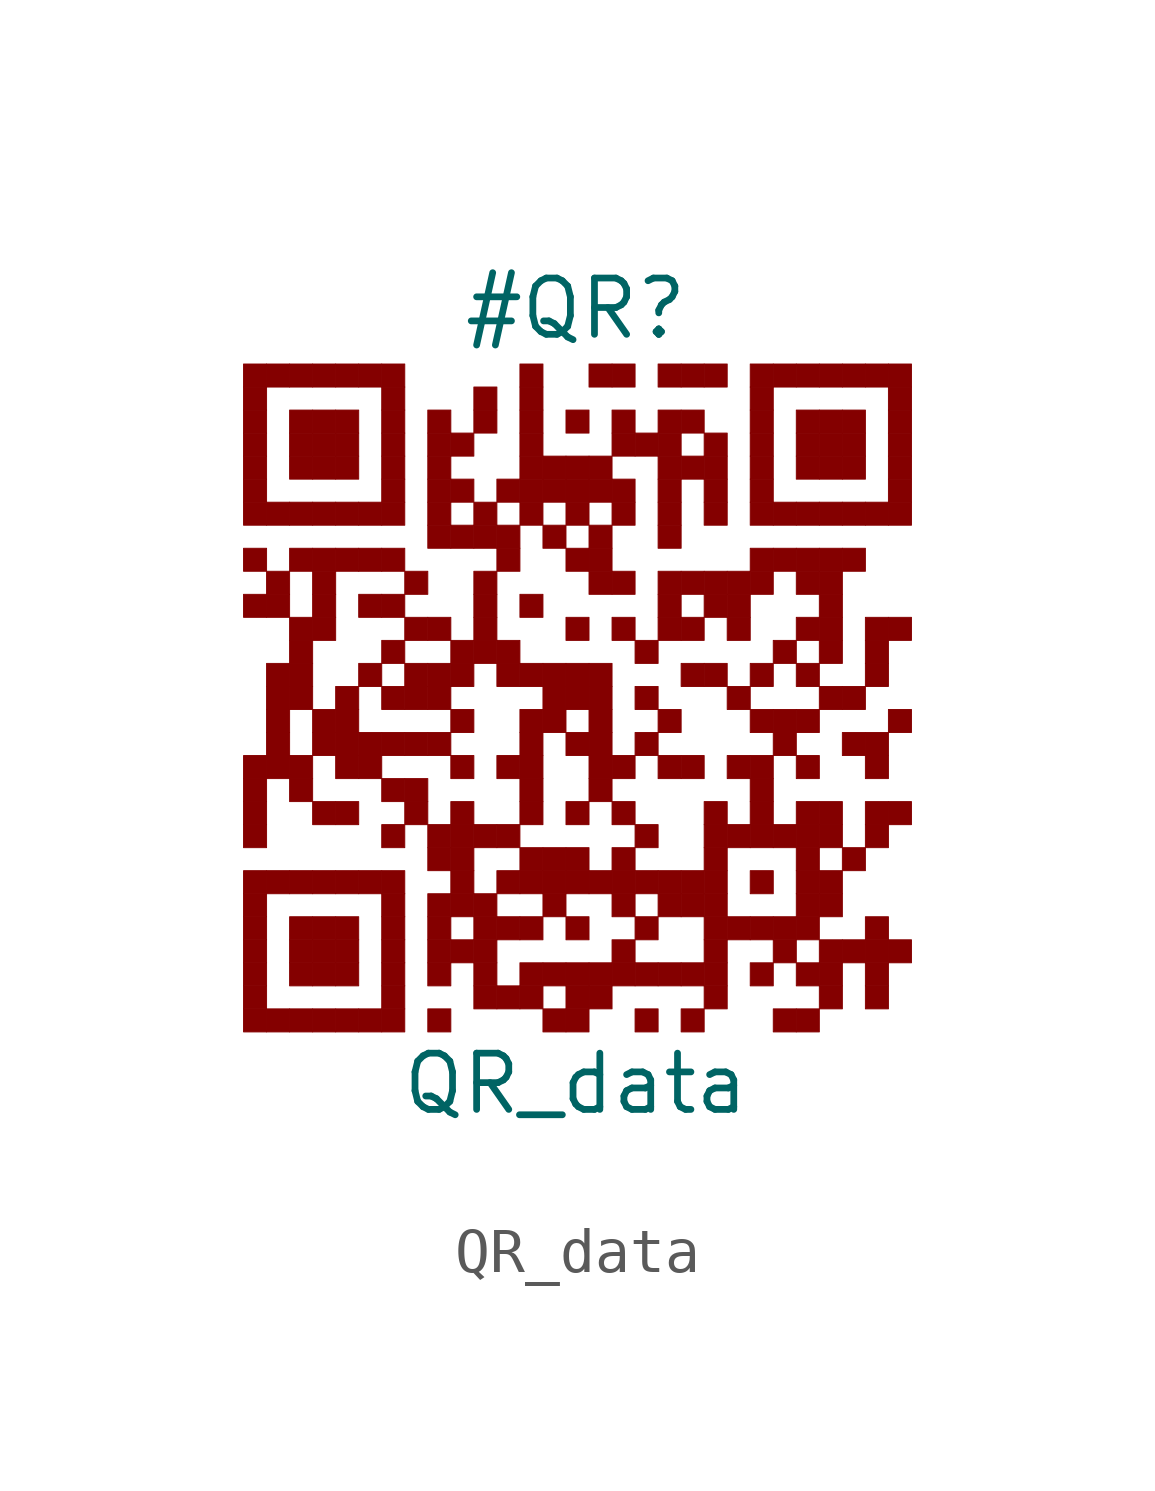
<source format=kicad_sym>
(kicad_symbol_lib
  (version 20211014)
  (generator kibot)
  (symbol "QR_data"
    (pin_numbers hide)
    (pin_names hide)
    (property "Reference" "#QR"
      (at 0 8.75 0)
      (effects (font (size 1.27 1.27))))
    (property "Value" "QR_data"
      (at 0 -8.75 0)
      (effects (font (size 1.27 1.27))))
    (rectangle
      (start -7.5 7.5)
      (end -6.98 6.98)
      (stroke (width 0.001) (type default))
      (fill (type outline)))
    (rectangle
      (start -6.98 7.5)
      (end -6.46 6.98)
      (stroke (width 0.001) (type default))
      (fill (type outline)))
    (rectangle
      (start -6.46 7.5)
      (end -5.94 6.98)
      (stroke (width 0.001) (type default))
      (fill (type outline)))
    (rectangle
      (start -5.94 7.5)
      (end -5.42 6.98)
      (stroke (width 0.001) (type default))
      (fill (type outline)))
    (rectangle
      (start -5.42 7.5)
      (end -4.9 6.98)
      (stroke (width 0.001) (type default))
      (fill (type outline)))
    (rectangle
      (start -4.9 7.5)
      (end -4.38 6.98)
      (stroke (width 0.001) (type default))
      (fill (type outline)))
    (rectangle
      (start -4.38 7.5)
      (end -3.86 6.98)
      (stroke (width 0.001) (type default))
      (fill (type outline)))
    (rectangle
      (start -1.26 7.5)
      (end -0.74 6.98)
      (stroke (width 0.001) (type default))
      (fill (type outline)))
    (rectangle
      (start 0.3 7.5)
      (end 0.82 6.98)
      (stroke (width 0.001) (type default))
      (fill (type outline)))
    (rectangle
      (start 0.82 7.5)
      (end 1.34 6.98)
      (stroke (width 0.001) (type default))
      (fill (type outline)))
    (rectangle
      (start 1.86 7.5)
      (end 2.38 6.98)
      (stroke (width 0.001) (type default))
      (fill (type outline)))
    (rectangle
      (start 2.38 7.5)
      (end 2.9 6.98)
      (stroke (width 0.001) (type default))
      (fill (type outline)))
    (rectangle
      (start 2.9 7.5)
      (end 3.42 6.98)
      (stroke (width 0.001) (type default))
      (fill (type outline)))
    (rectangle
      (start 3.94 7.5)
      (end 4.46 6.98)
      (stroke (width 0.001) (type default))
      (fill (type outline)))
    (rectangle
      (start 4.46 7.5)
      (end 4.98 6.98)
      (stroke (width 0.001) (type default))
      (fill (type outline)))
    (rectangle
      (start 4.98 7.5)
      (end 5.5 6.98)
      (stroke (width 0.001) (type default))
      (fill (type outline)))
    (rectangle
      (start 5.5 7.5)
      (end 6.02 6.98)
      (stroke (width 0.001) (type default))
      (fill (type outline)))
    (rectangle
      (start 6.02 7.5)
      (end 6.54 6.98)
      (stroke (width 0.001) (type default))
      (fill (type outline)))
    (rectangle
      (start 6.54 7.5)
      (end 7.06 6.98)
      (stroke (width 0.001) (type default))
      (fill (type outline)))
    (rectangle
      (start 7.06 7.5)
      (end 7.58 6.98)
      (stroke (width 0.001) (type default))
      (fill (type outline)))
    (rectangle
      (start -7.5 6.98)
      (end -6.98 6.46)
      (stroke (width 0.001) (type default))
      (fill (type outline)))
    (rectangle
      (start -4.38 6.98)
      (end -3.86 6.46)
      (stroke (width 0.001) (type default))
      (fill (type outline)))
    (rectangle
      (start -2.3 6.98)
      (end -1.78 6.46)
      (stroke (width 0.001) (type default))
      (fill (type outline)))
    (rectangle
      (start -1.26 6.98)
      (end -0.74 6.46)
      (stroke (width 0.001) (type default))
      (fill (type outline)))
    (rectangle
      (start 3.94 6.98)
      (end 4.46 6.46)
      (stroke (width 0.001) (type default))
      (fill (type outline)))
    (rectangle
      (start 7.06 6.98)
      (end 7.58 6.46)
      (stroke (width 0.001) (type default))
      (fill (type outline)))
    (rectangle
      (start -7.5 6.46)
      (end -6.98 5.94)
      (stroke (width 0.001) (type default))
      (fill (type outline)))
    (rectangle
      (start -6.46 6.46)
      (end -5.94 5.94)
      (stroke (width 0.001) (type default))
      (fill (type outline)))
    (rectangle
      (start -5.94 6.46)
      (end -5.42 5.94)
      (stroke (width 0.001) (type default))
      (fill (type outline)))
    (rectangle
      (start -5.42 6.46)
      (end -4.9 5.94)
      (stroke (width 0.001) (type default))
      (fill (type outline)))
    (rectangle
      (start -4.38 6.46)
      (end -3.86 5.94)
      (stroke (width 0.001) (type default))
      (fill (type outline)))
    (rectangle
      (start -3.34 6.46)
      (end -2.82 5.94)
      (stroke (width 0.001) (type default))
      (fill (type outline)))
    (rectangle
      (start -2.3 6.46)
      (end -1.78 5.94)
      (stroke (width 0.001) (type default))
      (fill (type outline)))
    (rectangle
      (start -1.26 6.46)
      (end -0.74 5.94)
      (stroke (width 0.001) (type default))
      (fill (type outline)))
    (rectangle
      (start -0.22 6.46)
      (end 0.3 5.94)
      (stroke (width 0.001) (type default))
      (fill (type outline)))
    (rectangle
      (start 0.82 6.46)
      (end 1.34 5.94)
      (stroke (width 0.001) (type default))
      (fill (type outline)))
    (rectangle
      (start 1.86 6.46)
      (end 2.38 5.94)
      (stroke (width 0.001) (type default))
      (fill (type outline)))
    (rectangle
      (start 2.38 6.46)
      (end 2.9 5.94)
      (stroke (width 0.001) (type default))
      (fill (type outline)))
    (rectangle
      (start 3.94 6.46)
      (end 4.46 5.94)
      (stroke (width 0.001) (type default))
      (fill (type outline)))
    (rectangle
      (start 4.98 6.46)
      (end 5.5 5.94)
      (stroke (width 0.001) (type default))
      (fill (type outline)))
    (rectangle
      (start 5.5 6.46)
      (end 6.02 5.94)
      (stroke (width 0.001) (type default))
      (fill (type outline)))
    (rectangle
      (start 6.02 6.46)
      (end 6.54 5.94)
      (stroke (width 0.001) (type default))
      (fill (type outline)))
    (rectangle
      (start 7.06 6.46)
      (end 7.58 5.94)
      (stroke (width 0.001) (type default))
      (fill (type outline)))
    (rectangle
      (start -7.5 5.94)
      (end -6.98 5.42)
      (stroke (width 0.001) (type default))
      (fill (type outline)))
    (rectangle
      (start -6.46 5.94)
      (end -5.94 5.42)
      (stroke (width 0.001) (type default))
      (fill (type outline)))
    (rectangle
      (start -5.94 5.94)
      (end -5.42 5.42)
      (stroke (width 0.001) (type default))
      (fill (type outline)))
    (rectangle
      (start -5.42 5.94)
      (end -4.9 5.42)
      (stroke (width 0.001) (type default))
      (fill (type outline)))
    (rectangle
      (start -4.38 5.94)
      (end -3.86 5.42)
      (stroke (width 0.001) (type default))
      (fill (type outline)))
    (rectangle
      (start -3.34 5.94)
      (end -2.82 5.42)
      (stroke (width 0.001) (type default))
      (fill (type outline)))
    (rectangle
      (start -2.82 5.94)
      (end -2.3 5.42)
      (stroke (width 0.001) (type default))
      (fill (type outline)))
    (rectangle
      (start -1.26 5.94)
      (end -0.74 5.42)
      (stroke (width 0.001) (type default))
      (fill (type outline)))
    (rectangle
      (start 0.82 5.94)
      (end 1.34 5.42)
      (stroke (width 0.001) (type default))
      (fill (type outline)))
    (rectangle
      (start 1.34 5.94)
      (end 1.86 5.42)
      (stroke (width 0.001) (type default))
      (fill (type outline)))
    (rectangle
      (start 1.86 5.94)
      (end 2.38 5.42)
      (stroke (width 0.001) (type default))
      (fill (type outline)))
    (rectangle
      (start 2.9 5.94)
      (end 3.42 5.42)
      (stroke (width 0.001) (type default))
      (fill (type outline)))
    (rectangle
      (start 3.94 5.94)
      (end 4.46 5.42)
      (stroke (width 0.001) (type default))
      (fill (type outline)))
    (rectangle
      (start 4.98 5.94)
      (end 5.5 5.42)
      (stroke (width 0.001) (type default))
      (fill (type outline)))
    (rectangle
      (start 5.5 5.94)
      (end 6.02 5.42)
      (stroke (width 0.001) (type default))
      (fill (type outline)))
    (rectangle
      (start 6.02 5.94)
      (end 6.54 5.42)
      (stroke (width 0.001) (type default))
      (fill (type outline)))
    (rectangle
      (start 7.06 5.94)
      (end 7.58 5.42)
      (stroke (width 0.001) (type default))
      (fill (type outline)))
    (rectangle
      (start -7.5 5.42)
      (end -6.98 4.9)
      (stroke (width 0.001) (type default))
      (fill (type outline)))
    (rectangle
      (start -6.46 5.42)
      (end -5.94 4.9)
      (stroke (width 0.001) (type default))
      (fill (type outline)))
    (rectangle
      (start -5.94 5.42)
      (end -5.42 4.9)
      (stroke (width 0.001) (type default))
      (fill (type outline)))
    (rectangle
      (start -5.42 5.42)
      (end -4.9 4.9)
      (stroke (width 0.001) (type default))
      (fill (type outline)))
    (rectangle
      (start -4.38 5.42)
      (end -3.86 4.9)
      (stroke (width 0.001) (type default))
      (fill (type outline)))
    (rectangle
      (start -3.34 5.42)
      (end -2.82 4.9)
      (stroke (width 0.001) (type default))
      (fill (type outline)))
    (rectangle
      (start -1.26 5.42)
      (end -0.74 4.9)
      (stroke (width 0.001) (type default))
      (fill (type outline)))
    (rectangle
      (start -0.74 5.42)
      (end -0.22 4.9)
      (stroke (width 0.001) (type default))
      (fill (type outline)))
    (rectangle
      (start -0.22 5.42)
      (end 0.3 4.9)
      (stroke (width 0.001) (type default))
      (fill (type outline)))
    (rectangle
      (start 0.3 5.42)
      (end 0.82 4.9)
      (stroke (width 0.001) (type default))
      (fill (type outline)))
    (rectangle
      (start 1.86 5.42)
      (end 2.38 4.9)
      (stroke (width 0.001) (type default))
      (fill (type outline)))
    (rectangle
      (start 2.38 5.42)
      (end 2.9 4.9)
      (stroke (width 0.001) (type default))
      (fill (type outline)))
    (rectangle
      (start 2.9 5.42)
      (end 3.42 4.9)
      (stroke (width 0.001) (type default))
      (fill (type outline)))
    (rectangle
      (start 3.94 5.42)
      (end 4.46 4.9)
      (stroke (width 0.001) (type default))
      (fill (type outline)))
    (rectangle
      (start 4.98 5.42)
      (end 5.5 4.9)
      (stroke (width 0.001) (type default))
      (fill (type outline)))
    (rectangle
      (start 5.5 5.42)
      (end 6.02 4.9)
      (stroke (width 0.001) (type default))
      (fill (type outline)))
    (rectangle
      (start 6.02 5.42)
      (end 6.54 4.9)
      (stroke (width 0.001) (type default))
      (fill (type outline)))
    (rectangle
      (start 7.06 5.42)
      (end 7.58 4.9)
      (stroke (width 0.001) (type default))
      (fill (type outline)))
    (rectangle
      (start -7.5 4.9)
      (end -6.98 4.38)
      (stroke (width 0.001) (type default))
      (fill (type outline)))
    (rectangle
      (start -4.38 4.9)
      (end -3.86 4.38)
      (stroke (width 0.001) (type default))
      (fill (type outline)))
    (rectangle
      (start -3.34 4.9)
      (end -2.82 4.38)
      (stroke (width 0.001) (type default))
      (fill (type outline)))
    (rectangle
      (start -2.82 4.9)
      (end -2.3 4.38)
      (stroke (width 0.001) (type default))
      (fill (type outline)))
    (rectangle
      (start -1.78 4.9)
      (end -1.26 4.38)
      (stroke (width 0.001) (type default))
      (fill (type outline)))
    (rectangle
      (start -1.26 4.9)
      (end -0.74 4.38)
      (stroke (width 0.001) (type default))
      (fill (type outline)))
    (rectangle
      (start -0.74 4.9)
      (end -0.22 4.38)
      (stroke (width 0.001) (type default))
      (fill (type outline)))
    (rectangle
      (start -0.22 4.9)
      (end 0.3 4.38)
      (stroke (width 0.001) (type default))
      (fill (type outline)))
    (rectangle
      (start 0.3 4.9)
      (end 0.82 4.38)
      (stroke (width 0.001) (type default))
      (fill (type outline)))
    (rectangle
      (start 0.82 4.9)
      (end 1.34 4.38)
      (stroke (width 0.001) (type default))
      (fill (type outline)))
    (rectangle
      (start 1.86 4.9)
      (end 2.38 4.38)
      (stroke (width 0.001) (type default))
      (fill (type outline)))
    (rectangle
      (start 2.9 4.9)
      (end 3.42 4.38)
      (stroke (width 0.001) (type default))
      (fill (type outline)))
    (rectangle
      (start 3.94 4.9)
      (end 4.46 4.38)
      (stroke (width 0.001) (type default))
      (fill (type outline)))
    (rectangle
      (start 7.06 4.9)
      (end 7.58 4.38)
      (stroke (width 0.001) (type default))
      (fill (type outline)))
    (rectangle
      (start -7.5 4.38)
      (end -6.98 3.86)
      (stroke (width 0.001) (type default))
      (fill (type outline)))
    (rectangle
      (start -6.98 4.38)
      (end -6.46 3.86)
      (stroke (width 0.001) (type default))
      (fill (type outline)))
    (rectangle
      (start -6.46 4.38)
      (end -5.94 3.86)
      (stroke (width 0.001) (type default))
      (fill (type outline)))
    (rectangle
      (start -5.94 4.38)
      (end -5.42 3.86)
      (stroke (width 0.001) (type default))
      (fill (type outline)))
    (rectangle
      (start -5.42 4.38)
      (end -4.9 3.86)
      (stroke (width 0.001) (type default))
      (fill (type outline)))
    (rectangle
      (start -4.9 4.38)
      (end -4.38 3.86)
      (stroke (width 0.001) (type default))
      (fill (type outline)))
    (rectangle
      (start -4.38 4.38)
      (end -3.86 3.86)
      (stroke (width 0.001) (type default))
      (fill (type outline)))
    (rectangle
      (start -3.34 4.38)
      (end -2.82 3.86)
      (stroke (width 0.001) (type default))
      (fill (type outline)))
    (rectangle
      (start -2.3 4.38)
      (end -1.78 3.86)
      (stroke (width 0.001) (type default))
      (fill (type outline)))
    (rectangle
      (start -1.26 4.38)
      (end -0.74 3.86)
      (stroke (width 0.001) (type default))
      (fill (type outline)))
    (rectangle
      (start -0.22 4.38)
      (end 0.3 3.86)
      (stroke (width 0.001) (type default))
      (fill (type outline)))
    (rectangle
      (start 0.82 4.38)
      (end 1.34 3.86)
      (stroke (width 0.001) (type default))
      (fill (type outline)))
    (rectangle
      (start 1.86 4.38)
      (end 2.38 3.86)
      (stroke (width 0.001) (type default))
      (fill (type outline)))
    (rectangle
      (start 2.9 4.38)
      (end 3.42 3.86)
      (stroke (width 0.001) (type default))
      (fill (type outline)))
    (rectangle
      (start 3.94 4.38)
      (end 4.46 3.86)
      (stroke (width 0.001) (type default))
      (fill (type outline)))
    (rectangle
      (start 4.46 4.38)
      (end 4.98 3.86)
      (stroke (width 0.001) (type default))
      (fill (type outline)))
    (rectangle
      (start 4.98 4.38)
      (end 5.5 3.86)
      (stroke (width 0.001) (type default))
      (fill (type outline)))
    (rectangle
      (start 5.5 4.38)
      (end 6.02 3.86)
      (stroke (width 0.001) (type default))
      (fill (type outline)))
    (rectangle
      (start 6.02 4.38)
      (end 6.54 3.86)
      (stroke (width 0.001) (type default))
      (fill (type outline)))
    (rectangle
      (start 6.54 4.38)
      (end 7.06 3.86)
      (stroke (width 0.001) (type default))
      (fill (type outline)))
    (rectangle
      (start 7.06 4.38)
      (end 7.58 3.86)
      (stroke (width 0.001) (type default))
      (fill (type outline)))
    (rectangle
      (start -3.34 3.86)
      (end -2.82 3.34)
      (stroke (width 0.001) (type default))
      (fill (type outline)))
    (rectangle
      (start -2.82 3.86)
      (end -2.3 3.34)
      (stroke (width 0.001) (type default))
      (fill (type outline)))
    (rectangle
      (start -2.3 3.86)
      (end -1.78 3.34)
      (stroke (width 0.001) (type default))
      (fill (type outline)))
    (rectangle
      (start -1.78 3.86)
      (end -1.26 3.34)
      (stroke (width 0.001) (type default))
      (fill (type outline)))
    (rectangle
      (start -0.74 3.86)
      (end -0.22 3.34)
      (stroke (width 0.001) (type default))
      (fill (type outline)))
    (rectangle
      (start 0.3 3.86)
      (end 0.82 3.34)
      (stroke (width 0.001) (type default))
      (fill (type outline)))
    (rectangle
      (start 1.86 3.86)
      (end 2.38 3.34)
      (stroke (width 0.001) (type default))
      (fill (type outline)))
    (rectangle
      (start -7.5 3.34)
      (end -6.98 2.82)
      (stroke (width 0.001) (type default))
      (fill (type outline)))
    (rectangle
      (start -6.46 3.34)
      (end -5.94 2.82)
      (stroke (width 0.001) (type default))
      (fill (type outline)))
    (rectangle
      (start -5.94 3.34)
      (end -5.42 2.82)
      (stroke (width 0.001) (type default))
      (fill (type outline)))
    (rectangle
      (start -5.42 3.34)
      (end -4.9 2.82)
      (stroke (width 0.001) (type default))
      (fill (type outline)))
    (rectangle
      (start -4.9 3.34)
      (end -4.38 2.82)
      (stroke (width 0.001) (type default))
      (fill (type outline)))
    (rectangle
      (start -4.38 3.34)
      (end -3.86 2.82)
      (stroke (width 0.001) (type default))
      (fill (type outline)))
    (rectangle
      (start -1.78 3.34)
      (end -1.26 2.82)
      (stroke (width 0.001) (type default))
      (fill (type outline)))
    (rectangle
      (start -0.22 3.34)
      (end 0.3 2.82)
      (stroke (width 0.001) (type default))
      (fill (type outline)))
    (rectangle
      (start 0.3 3.34)
      (end 0.82 2.82)
      (stroke (width 0.001) (type default))
      (fill (type outline)))
    (rectangle
      (start 3.94 3.34)
      (end 4.46 2.82)
      (stroke (width 0.001) (type default))
      (fill (type outline)))
    (rectangle
      (start 4.46 3.34)
      (end 4.98 2.82)
      (stroke (width 0.001) (type default))
      (fill (type outline)))
    (rectangle
      (start 4.98 3.34)
      (end 5.5 2.82)
      (stroke (width 0.001) (type default))
      (fill (type outline)))
    (rectangle
      (start 5.5 3.34)
      (end 6.02 2.82)
      (stroke (width 0.001) (type default))
      (fill (type outline)))
    (rectangle
      (start 6.02 3.34)
      (end 6.54 2.82)
      (stroke (width 0.001) (type default))
      (fill (type outline)))
    (rectangle
      (start -6.98 2.82)
      (end -6.46 2.3)
      (stroke (width 0.001) (type default))
      (fill (type outline)))
    (rectangle
      (start -5.94 2.82)
      (end -5.42 2.3)
      (stroke (width 0.001) (type default))
      (fill (type outline)))
    (rectangle
      (start -3.86 2.82)
      (end -3.34 2.3)
      (stroke (width 0.001) (type default))
      (fill (type outline)))
    (rectangle
      (start -2.3 2.82)
      (end -1.78 2.3)
      (stroke (width 0.001) (type default))
      (fill (type outline)))
    (rectangle
      (start 0.3 2.82)
      (end 0.82 2.3)
      (stroke (width 0.001) (type default))
      (fill (type outline)))
    (rectangle
      (start 0.82 2.82)
      (end 1.34 2.3)
      (stroke (width 0.001) (type default))
      (fill (type outline)))
    (rectangle
      (start 1.86 2.82)
      (end 2.38 2.3)
      (stroke (width 0.001) (type default))
      (fill (type outline)))
    (rectangle
      (start 2.38 2.82)
      (end 2.9 2.3)
      (stroke (width 0.001) (type default))
      (fill (type outline)))
    (rectangle
      (start 2.9 2.82)
      (end 3.42 2.3)
      (stroke (width 0.001) (type default))
      (fill (type outline)))
    (rectangle
      (start 3.42 2.82)
      (end 3.94 2.3)
      (stroke (width 0.001) (type default))
      (fill (type outline)))
    (rectangle
      (start 3.94 2.82)
      (end 4.46 2.3)
      (stroke (width 0.001) (type default))
      (fill (type outline)))
    (rectangle
      (start 4.98 2.82)
      (end 5.5 2.3)
      (stroke (width 0.001) (type default))
      (fill (type outline)))
    (rectangle
      (start 5.5 2.82)
      (end 6.02 2.3)
      (stroke (width 0.001) (type default))
      (fill (type outline)))
    (rectangle
      (start -7.5 2.3)
      (end -6.98 1.78)
      (stroke (width 0.001) (type default))
      (fill (type outline)))
    (rectangle
      (start -6.98 2.3)
      (end -6.46 1.78)
      (stroke (width 0.001) (type default))
      (fill (type outline)))
    (rectangle
      (start -5.94 2.3)
      (end -5.42 1.78)
      (stroke (width 0.001) (type default))
      (fill (type outline)))
    (rectangle
      (start -4.9 2.3)
      (end -4.38 1.78)
      (stroke (width 0.001) (type default))
      (fill (type outline)))
    (rectangle
      (start -4.38 2.3)
      (end -3.86 1.78)
      (stroke (width 0.001) (type default))
      (fill (type outline)))
    (rectangle
      (start -2.3 2.3)
      (end -1.78 1.78)
      (stroke (width 0.001) (type default))
      (fill (type outline)))
    (rectangle
      (start -1.26 2.3)
      (end -0.74 1.78)
      (stroke (width 0.001) (type default))
      (fill (type outline)))
    (rectangle
      (start 1.86 2.3)
      (end 2.38 1.78)
      (stroke (width 0.001) (type default))
      (fill (type outline)))
    (rectangle
      (start 2.9 2.3)
      (end 3.42 1.78)
      (stroke (width 0.001) (type default))
      (fill (type outline)))
    (rectangle
      (start 3.42 2.3)
      (end 3.94 1.78)
      (stroke (width 0.001) (type default))
      (fill (type outline)))
    (rectangle
      (start 5.5 2.3)
      (end 6.02 1.78)
      (stroke (width 0.001) (type default))
      (fill (type outline)))
    (rectangle
      (start -6.46 1.78)
      (end -5.94 1.26)
      (stroke (width 0.001) (type default))
      (fill (type outline)))
    (rectangle
      (start -5.94 1.78)
      (end -5.42 1.26)
      (stroke (width 0.001) (type default))
      (fill (type outline)))
    (rectangle
      (start -3.86 1.78)
      (end -3.34 1.26)
      (stroke (width 0.001) (type default))
      (fill (type outline)))
    (rectangle
      (start -3.34 1.78)
      (end -2.82 1.26)
      (stroke (width 0.001) (type default))
      (fill (type outline)))
    (rectangle
      (start -2.3 1.78)
      (end -1.78 1.26)
      (stroke (width 0.001) (type default))
      (fill (type outline)))
    (rectangle
      (start -0.22 1.78)
      (end 0.3 1.26)
      (stroke (width 0.001) (type default))
      (fill (type outline)))
    (rectangle
      (start 0.82 1.78)
      (end 1.34 1.26)
      (stroke (width 0.001) (type default))
      (fill (type outline)))
    (rectangle
      (start 1.86 1.78)
      (end 2.38 1.26)
      (stroke (width 0.001) (type default))
      (fill (type outline)))
    (rectangle
      (start 2.38 1.78)
      (end 2.9 1.26)
      (stroke (width 0.001) (type default))
      (fill (type outline)))
    (rectangle
      (start 3.42 1.78)
      (end 3.94 1.26)
      (stroke (width 0.001) (type default))
      (fill (type outline)))
    (rectangle
      (start 4.98 1.78)
      (end 5.5 1.26)
      (stroke (width 0.001) (type default))
      (fill (type outline)))
    (rectangle
      (start 5.5 1.78)
      (end 6.02 1.26)
      (stroke (width 0.001) (type default))
      (fill (type outline)))
    (rectangle
      (start 6.54 1.78)
      (end 7.06 1.26)
      (stroke (width 0.001) (type default))
      (fill (type outline)))
    (rectangle
      (start 7.06 1.78)
      (end 7.58 1.26)
      (stroke (width 0.001) (type default))
      (fill (type outline)))
    (rectangle
      (start -6.46 1.26)
      (end -5.94 0.74)
      (stroke (width 0.001) (type default))
      (fill (type outline)))
    (rectangle
      (start -4.38 1.26)
      (end -3.86 0.74)
      (stroke (width 0.001) (type default))
      (fill (type outline)))
    (rectangle
      (start -2.82 1.26)
      (end -2.3 0.74)
      (stroke (width 0.001) (type default))
      (fill (type outline)))
    (rectangle
      (start -2.3 1.26)
      (end -1.78 0.74)
      (stroke (width 0.001) (type default))
      (fill (type outline)))
    (rectangle
      (start -1.78 1.26)
      (end -1.26 0.74)
      (stroke (width 0.001) (type default))
      (fill (type outline)))
    (rectangle
      (start 1.34 1.26)
      (end 1.86 0.74)
      (stroke (width 0.001) (type default))
      (fill (type outline)))
    (rectangle
      (start 4.46 1.26)
      (end 4.98 0.74)
      (stroke (width 0.001) (type default))
      (fill (type outline)))
    (rectangle
      (start 5.5 1.26)
      (end 6.02 0.74)
      (stroke (width 0.001) (type default))
      (fill (type outline)))
    (rectangle
      (start 6.54 1.26)
      (end 7.06 0.74)
      (stroke (width 0.001) (type default))
      (fill (type outline)))
    (rectangle
      (start -6.98 0.74)
      (end -6.46 0.22)
      (stroke (width 0.001) (type default))
      (fill (type outline)))
    (rectangle
      (start -6.46 0.74)
      (end -5.94 0.22)
      (stroke (width 0.001) (type default))
      (fill (type outline)))
    (rectangle
      (start -4.9 0.74)
      (end -4.38 0.22)
      (stroke (width 0.001) (type default))
      (fill (type outline)))
    (rectangle
      (start -3.86 0.74)
      (end -3.34 0.22)
      (stroke (width 0.001) (type default))
      (fill (type outline)))
    (rectangle
      (start -3.34 0.74)
      (end -2.82 0.22)
      (stroke (width 0.001) (type default))
      (fill (type outline)))
    (rectangle
      (start -2.82 0.74)
      (end -2.3 0.22)
      (stroke (width 0.001) (type default))
      (fill (type outline)))
    (rectangle
      (start -1.78 0.74)
      (end -1.26 0.22)
      (stroke (width 0.001) (type default))
      (fill (type outline)))
    (rectangle
      (start -1.26 0.74)
      (end -0.74 0.22)
      (stroke (width 0.001) (type default))
      (fill (type outline)))
    (rectangle
      (start -0.74 0.74)
      (end -0.22 0.22)
      (stroke (width 0.001) (type default))
      (fill (type outline)))
    (rectangle
      (start -0.22 0.74)
      (end 0.3 0.22)
      (stroke (width 0.001) (type default))
      (fill (type outline)))
    (rectangle
      (start 0.3 0.74)
      (end 0.82 0.22)
      (stroke (width 0.001) (type default))
      (fill (type outline)))
    (rectangle
      (start 2.38 0.74)
      (end 2.9 0.22)
      (stroke (width 0.001) (type default))
      (fill (type outline)))
    (rectangle
      (start 2.9 0.74)
      (end 3.42 0.22)
      (stroke (width 0.001) (type default))
      (fill (type outline)))
    (rectangle
      (start 3.94 0.74)
      (end 4.46 0.22)
      (stroke (width 0.001) (type default))
      (fill (type outline)))
    (rectangle
      (start 4.98 0.74)
      (end 5.5 0.22)
      (stroke (width 0.001) (type default))
      (fill (type outline)))
    (rectangle
      (start 6.54 0.74)
      (end 7.06 0.22)
      (stroke (width 0.001) (type default))
      (fill (type outline)))
    (rectangle
      (start -6.98 0.22)
      (end -6.46 -0.3)
      (stroke (width 0.001) (type default))
      (fill (type outline)))
    (rectangle
      (start -6.46 0.22)
      (end -5.94 -0.3)
      (stroke (width 0.001) (type default))
      (fill (type outline)))
    (rectangle
      (start -5.42 0.22)
      (end -4.9 -0.3)
      (stroke (width 0.001) (type default))
      (fill (type outline)))
    (rectangle
      (start -4.38 0.22)
      (end -3.86 -0.3)
      (stroke (width 0.001) (type default))
      (fill (type outline)))
    (rectangle
      (start -3.86 0.22)
      (end -3.34 -0.3)
      (stroke (width 0.001) (type default))
      (fill (type outline)))
    (rectangle
      (start -3.34 0.22)
      (end -2.82 -0.3)
      (stroke (width 0.001) (type default))
      (fill (type outline)))
    (rectangle
      (start -0.74 0.22)
      (end -0.22 -0.3)
      (stroke (width 0.001) (type default))
      (fill (type outline)))
    (rectangle
      (start -0.22 0.22)
      (end 0.3 -0.3)
      (stroke (width 0.001) (type default))
      (fill (type outline)))
    (rectangle
      (start 0.3 0.22)
      (end 0.82 -0.3)
      (stroke (width 0.001) (type default))
      (fill (type outline)))
    (rectangle
      (start 1.34 0.22)
      (end 1.86 -0.3)
      (stroke (width 0.001) (type default))
      (fill (type outline)))
    (rectangle
      (start 3.42 0.22)
      (end 3.94 -0.3)
      (stroke (width 0.001) (type default))
      (fill (type outline)))
    (rectangle
      (start 5.5 0.22)
      (end 6.02 -0.3)
      (stroke (width 0.001) (type default))
      (fill (type outline)))
    (rectangle
      (start 6.02 0.22)
      (end 6.54 -0.3)
      (stroke (width 0.001) (type default))
      (fill (type outline)))
    (rectangle
      (start -6.98 -0.3)
      (end -6.46 -0.82)
      (stroke (width 0.001) (type default))
      (fill (type outline)))
    (rectangle
      (start -5.94 -0.3)
      (end -5.42 -0.82)
      (stroke (width 0.001) (type default))
      (fill (type outline)))
    (rectangle
      (start -5.42 -0.3)
      (end -4.9 -0.82)
      (stroke (width 0.001) (type default))
      (fill (type outline)))
    (rectangle
      (start -2.82 -0.3)
      (end -2.3 -0.82)
      (stroke (width 0.001) (type default))
      (fill (type outline)))
    (rectangle
      (start -1.26 -0.3)
      (end -0.74 -0.82)
      (stroke (width 0.001) (type default))
      (fill (type outline)))
    (rectangle
      (start -0.74 -0.3)
      (end -0.22 -0.82)
      (stroke (width 0.001) (type default))
      (fill (type outline)))
    (rectangle
      (start 0.3 -0.3)
      (end 0.82 -0.82)
      (stroke (width 0.001) (type default))
      (fill (type outline)))
    (rectangle
      (start 1.86 -0.3)
      (end 2.38 -0.82)
      (stroke (width 0.001) (type default))
      (fill (type outline)))
    (rectangle
      (start 3.94 -0.3)
      (end 4.46 -0.82)
      (stroke (width 0.001) (type default))
      (fill (type outline)))
    (rectangle
      (start 4.46 -0.3)
      (end 4.98 -0.82)
      (stroke (width 0.001) (type default))
      (fill (type outline)))
    (rectangle
      (start 4.98 -0.3)
      (end 5.5 -0.82)
      (stroke (width 0.001) (type default))
      (fill (type outline)))
    (rectangle
      (start 7.06 -0.3)
      (end 7.58 -0.82)
      (stroke (width 0.001) (type default))
      (fill (type outline)))
    (rectangle
      (start -6.98 -0.82)
      (end -6.46 -1.34)
      (stroke (width 0.001) (type default))
      (fill (type outline)))
    (rectangle
      (start -5.94 -0.82)
      (end -5.42 -1.34)
      (stroke (width 0.001) (type default))
      (fill (type outline)))
    (rectangle
      (start -5.42 -0.82)
      (end -4.9 -1.34)
      (stroke (width 0.001) (type default))
      (fill (type outline)))
    (rectangle
      (start -4.9 -0.82)
      (end -4.38 -1.34)
      (stroke (width 0.001) (type default))
      (fill (type outline)))
    (rectangle
      (start -4.38 -0.82)
      (end -3.86 -1.34)
      (stroke (width 0.001) (type default))
      (fill (type outline)))
    (rectangle
      (start -3.86 -0.82)
      (end -3.34 -1.34)
      (stroke (width 0.001) (type default))
      (fill (type outline)))
    (rectangle
      (start -3.34 -0.82)
      (end -2.82 -1.34)
      (stroke (width 0.001) (type default))
      (fill (type outline)))
    (rectangle
      (start -1.26 -0.82)
      (end -0.74 -1.34)
      (stroke (width 0.001) (type default))
      (fill (type outline)))
    (rectangle
      (start -0.22 -0.82)
      (end 0.3 -1.34)
      (stroke (width 0.001) (type default))
      (fill (type outline)))
    (rectangle
      (start 0.3 -0.82)
      (end 0.82 -1.34)
      (stroke (width 0.001) (type default))
      (fill (type outline)))
    (rectangle
      (start 1.34 -0.82)
      (end 1.86 -1.34)
      (stroke (width 0.001) (type default))
      (fill (type outline)))
    (rectangle
      (start 4.46 -0.82)
      (end 4.98 -1.34)
      (stroke (width 0.001) (type default))
      (fill (type outline)))
    (rectangle
      (start 6.02 -0.82)
      (end 6.54 -1.34)
      (stroke (width 0.001) (type default))
      (fill (type outline)))
    (rectangle
      (start 6.54 -0.82)
      (end 7.06 -1.34)
      (stroke (width 0.001) (type default))
      (fill (type outline)))
    (rectangle
      (start -7.5 -1.34)
      (end -6.98 -1.86)
      (stroke (width 0.001) (type default))
      (fill (type outline)))
    (rectangle
      (start -6.98 -1.34)
      (end -6.46 -1.86)
      (stroke (width 0.001) (type default))
      (fill (type outline)))
    (rectangle
      (start -6.46 -1.34)
      (end -5.94 -1.86)
      (stroke (width 0.001) (type default))
      (fill (type outline)))
    (rectangle
      (start -5.42 -1.34)
      (end -4.9 -1.86)
      (stroke (width 0.001) (type default))
      (fill (type outline)))
    (rectangle
      (start -4.9 -1.34)
      (end -4.38 -1.86)
      (stroke (width 0.001) (type default))
      (fill (type outline)))
    (rectangle
      (start -2.82 -1.34)
      (end -2.3 -1.86)
      (stroke (width 0.001) (type default))
      (fill (type outline)))
    (rectangle
      (start -1.78 -1.34)
      (end -1.26 -1.86)
      (stroke (width 0.001) (type default))
      (fill (type outline)))
    (rectangle
      (start -1.26 -1.34)
      (end -0.74 -1.86)
      (stroke (width 0.001) (type default))
      (fill (type outline)))
    (rectangle
      (start 0.3 -1.34)
      (end 0.82 -1.86)
      (stroke (width 0.001) (type default))
      (fill (type outline)))
    (rectangle
      (start 0.82 -1.34)
      (end 1.34 -1.86)
      (stroke (width 0.001) (type default))
      (fill (type outline)))
    (rectangle
      (start 1.86 -1.34)
      (end 2.38 -1.86)
      (stroke (width 0.001) (type default))
      (fill (type outline)))
    (rectangle
      (start 2.38 -1.34)
      (end 2.9 -1.86)
      (stroke (width 0.001) (type default))
      (fill (type outline)))
    (rectangle
      (start 3.42 -1.34)
      (end 3.94 -1.86)
      (stroke (width 0.001) (type default))
      (fill (type outline)))
    (rectangle
      (start 3.94 -1.34)
      (end 4.46 -1.86)
      (stroke (width 0.001) (type default))
      (fill (type outline)))
    (rectangle
      (start 4.98 -1.34)
      (end 5.5 -1.86)
      (stroke (width 0.001) (type default))
      (fill (type outline)))
    (rectangle
      (start 6.54 -1.34)
      (end 7.06 -1.86)
      (stroke (width 0.001) (type default))
      (fill (type outline)))
    (rectangle
      (start -7.5 -1.86)
      (end -6.98 -2.38)
      (stroke (width 0.001) (type default))
      (fill (type outline)))
    (rectangle
      (start -6.46 -1.86)
      (end -5.94 -2.38)
      (stroke (width 0.001) (type default))
      (fill (type outline)))
    (rectangle
      (start -4.38 -1.86)
      (end -3.86 -2.38)
      (stroke (width 0.001) (type default))
      (fill (type outline)))
    (rectangle
      (start -3.86 -1.86)
      (end -3.34 -2.38)
      (stroke (width 0.001) (type default))
      (fill (type outline)))
    (rectangle
      (start -1.26 -1.86)
      (end -0.74 -2.38)
      (stroke (width 0.001) (type default))
      (fill (type outline)))
    (rectangle
      (start 0.3 -1.86)
      (end 0.82 -2.38)
      (stroke (width 0.001) (type default))
      (fill (type outline)))
    (rectangle
      (start 3.94 -1.86)
      (end 4.46 -2.38)
      (stroke (width 0.001) (type default))
      (fill (type outline)))
    (rectangle
      (start -7.5 -2.38)
      (end -6.98 -2.9)
      (stroke (width 0.001) (type default))
      (fill (type outline)))
    (rectangle
      (start -5.94 -2.38)
      (end -5.42 -2.9)
      (stroke (width 0.001) (type default))
      (fill (type outline)))
    (rectangle
      (start -5.42 -2.38)
      (end -4.9 -2.9)
      (stroke (width 0.001) (type default))
      (fill (type outline)))
    (rectangle
      (start -3.86 -2.38)
      (end -3.34 -2.9)
      (stroke (width 0.001) (type default))
      (fill (type outline)))
    (rectangle
      (start -2.82 -2.38)
      (end -2.3 -2.9)
      (stroke (width 0.001) (type default))
      (fill (type outline)))
    (rectangle
      (start -1.26 -2.38)
      (end -0.74 -2.9)
      (stroke (width 0.001) (type default))
      (fill (type outline)))
    (rectangle
      (start -0.22 -2.38)
      (end 0.3 -2.9)
      (stroke (width 0.001) (type default))
      (fill (type outline)))
    (rectangle
      (start 0.82 -2.38)
      (end 1.34 -2.9)
      (stroke (width 0.001) (type default))
      (fill (type outline)))
    (rectangle
      (start 2.9 -2.38)
      (end 3.42 -2.9)
      (stroke (width 0.001) (type default))
      (fill (type outline)))
    (rectangle
      (start 3.94 -2.38)
      (end 4.46 -2.9)
      (stroke (width 0.001) (type default))
      (fill (type outline)))
    (rectangle
      (start 4.98 -2.38)
      (end 5.5 -2.9)
      (stroke (width 0.001) (type default))
      (fill (type outline)))
    (rectangle
      (start 5.5 -2.38)
      (end 6.02 -2.9)
      (stroke (width 0.001) (type default))
      (fill (type outline)))
    (rectangle
      (start 6.54 -2.38)
      (end 7.06 -2.9)
      (stroke (width 0.001) (type default))
      (fill (type outline)))
    (rectangle
      (start 7.06 -2.38)
      (end 7.58 -2.9)
      (stroke (width 0.001) (type default))
      (fill (type outline)))
    (rectangle
      (start -7.5 -2.9)
      (end -6.98 -3.42)
      (stroke (width 0.001) (type default))
      (fill (type outline)))
    (rectangle
      (start -4.38 -2.9)
      (end -3.86 -3.42)
      (stroke (width 0.001) (type default))
      (fill (type outline)))
    (rectangle
      (start -3.34 -2.9)
      (end -2.82 -3.42)
      (stroke (width 0.001) (type default))
      (fill (type outline)))
    (rectangle
      (start -2.82 -2.9)
      (end -2.3 -3.42)
      (stroke (width 0.001) (type default))
      (fill (type outline)))
    (rectangle
      (start -2.3 -2.9)
      (end -1.78 -3.42)
      (stroke (width 0.001) (type default))
      (fill (type outline)))
    (rectangle
      (start -1.78 -2.9)
      (end -1.26 -3.42)
      (stroke (width 0.001) (type default))
      (fill (type outline)))
    (rectangle
      (start 1.34 -2.9)
      (end 1.86 -3.42)
      (stroke (width 0.001) (type default))
      (fill (type outline)))
    (rectangle
      (start 2.9 -2.9)
      (end 3.42 -3.42)
      (stroke (width 0.001) (type default))
      (fill (type outline)))
    (rectangle
      (start 3.42 -2.9)
      (end 3.94 -3.42)
      (stroke (width 0.001) (type default))
      (fill (type outline)))
    (rectangle
      (start 3.94 -2.9)
      (end 4.46 -3.42)
      (stroke (width 0.001) (type default))
      (fill (type outline)))
    (rectangle
      (start 4.46 -2.9)
      (end 4.98 -3.42)
      (stroke (width 0.001) (type default))
      (fill (type outline)))
    (rectangle
      (start 4.98 -2.9)
      (end 5.5 -3.42)
      (stroke (width 0.001) (type default))
      (fill (type outline)))
    (rectangle
      (start 5.5 -2.9)
      (end 6.02 -3.42)
      (stroke (width 0.001) (type default))
      (fill (type outline)))
    (rectangle
      (start 6.54 -2.9)
      (end 7.06 -3.42)
      (stroke (width 0.001) (type default))
      (fill (type outline)))
    (rectangle
      (start -3.34 -3.42)
      (end -2.82 -3.94)
      (stroke (width 0.001) (type default))
      (fill (type outline)))
    (rectangle
      (start -2.82 -3.42)
      (end -2.3 -3.94)
      (stroke (width 0.001) (type default))
      (fill (type outline)))
    (rectangle
      (start -1.26 -3.42)
      (end -0.74 -3.94)
      (stroke (width 0.001) (type default))
      (fill (type outline)))
    (rectangle
      (start -0.74 -3.42)
      (end -0.22 -3.94)
      (stroke (width 0.001) (type default))
      (fill (type outline)))
    (rectangle
      (start -0.22 -3.42)
      (end 0.3 -3.94)
      (stroke (width 0.001) (type default))
      (fill (type outline)))
    (rectangle
      (start 0.82 -3.42)
      (end 1.34 -3.94)
      (stroke (width 0.001) (type default))
      (fill (type outline)))
    (rectangle
      (start 2.9 -3.42)
      (end 3.42 -3.94)
      (stroke (width 0.001) (type default))
      (fill (type outline)))
    (rectangle
      (start 4.98 -3.42)
      (end 5.5 -3.94)
      (stroke (width 0.001) (type default))
      (fill (type outline)))
    (rectangle
      (start 6.02 -3.42)
      (end 6.54 -3.94)
      (stroke (width 0.001) (type default))
      (fill (type outline)))
    (rectangle
      (start -7.5 -3.94)
      (end -6.98 -4.46)
      (stroke (width 0.001) (type default))
      (fill (type outline)))
    (rectangle
      (start -6.98 -3.94)
      (end -6.46 -4.46)
      (stroke (width 0.001) (type default))
      (fill (type outline)))
    (rectangle
      (start -6.46 -3.94)
      (end -5.94 -4.46)
      (stroke (width 0.001) (type default))
      (fill (type outline)))
    (rectangle
      (start -5.94 -3.94)
      (end -5.42 -4.46)
      (stroke (width 0.001) (type default))
      (fill (type outline)))
    (rectangle
      (start -5.42 -3.94)
      (end -4.9 -4.46)
      (stroke (width 0.001) (type default))
      (fill (type outline)))
    (rectangle
      (start -4.9 -3.94)
      (end -4.38 -4.46)
      (stroke (width 0.001) (type default))
      (fill (type outline)))
    (rectangle
      (start -4.38 -3.94)
      (end -3.86 -4.46)
      (stroke (width 0.001) (type default))
      (fill (type outline)))
    (rectangle
      (start -2.82 -3.94)
      (end -2.3 -4.46)
      (stroke (width 0.001) (type default))
      (fill (type outline)))
    (rectangle
      (start -1.78 -3.94)
      (end -1.26 -4.46)
      (stroke (width 0.001) (type default))
      (fill (type outline)))
    (rectangle
      (start -1.26 -3.94)
      (end -0.74 -4.46)
      (stroke (width 0.001) (type default))
      (fill (type outline)))
    (rectangle
      (start -0.74 -3.94)
      (end -0.22 -4.46)
      (stroke (width 0.001) (type default))
      (fill (type outline)))
    (rectangle
      (start -0.22 -3.94)
      (end 0.3 -4.46)
      (stroke (width 0.001) (type default))
      (fill (type outline)))
    (rectangle
      (start 0.3 -3.94)
      (end 0.82 -4.46)
      (stroke (width 0.001) (type default))
      (fill (type outline)))
    (rectangle
      (start 0.82 -3.94)
      (end 1.34 -4.46)
      (stroke (width 0.001) (type default))
      (fill (type outline)))
    (rectangle
      (start 1.34 -3.94)
      (end 1.86 -4.46)
      (stroke (width 0.001) (type default))
      (fill (type outline)))
    (rectangle
      (start 1.86 -3.94)
      (end 2.38 -4.46)
      (stroke (width 0.001) (type default))
      (fill (type outline)))
    (rectangle
      (start 2.38 -3.94)
      (end 2.9 -4.46)
      (stroke (width 0.001) (type default))
      (fill (type outline)))
    (rectangle
      (start 2.9 -3.94)
      (end 3.42 -4.46)
      (stroke (width 0.001) (type default))
      (fill (type outline)))
    (rectangle
      (start 3.94 -3.94)
      (end 4.46 -4.46)
      (stroke (width 0.001) (type default))
      (fill (type outline)))
    (rectangle
      (start 4.98 -3.94)
      (end 5.5 -4.46)
      (stroke (width 0.001) (type default))
      (fill (type outline)))
    (rectangle
      (start 5.5 -3.94)
      (end 6.02 -4.46)
      (stroke (width 0.001) (type default))
      (fill (type outline)))
    (rectangle
      (start -7.5 -4.46)
      (end -6.98 -4.98)
      (stroke (width 0.001) (type default))
      (fill (type outline)))
    (rectangle
      (start -4.38 -4.46)
      (end -3.86 -4.98)
      (stroke (width 0.001) (type default))
      (fill (type outline)))
    (rectangle
      (start -3.34 -4.46)
      (end -2.82 -4.98)
      (stroke (width 0.001) (type default))
      (fill (type outline)))
    (rectangle
      (start -2.82 -4.46)
      (end -2.3 -4.98)
      (stroke (width 0.001) (type default))
      (fill (type outline)))
    (rectangle
      (start -2.3 -4.46)
      (end -1.78 -4.98)
      (stroke (width 0.001) (type default))
      (fill (type outline)))
    (rectangle
      (start -0.74 -4.46)
      (end -0.22 -4.98)
      (stroke (width 0.001) (type default))
      (fill (type outline)))
    (rectangle
      (start 0.82 -4.46)
      (end 1.34 -4.98)
      (stroke (width 0.001) (type default))
      (fill (type outline)))
    (rectangle
      (start 1.86 -4.46)
      (end 2.38 -4.98)
      (stroke (width 0.001) (type default))
      (fill (type outline)))
    (rectangle
      (start 2.38 -4.46)
      (end 2.9 -4.98)
      (stroke (width 0.001) (type default))
      (fill (type outline)))
    (rectangle
      (start 2.9 -4.46)
      (end 3.42 -4.98)
      (stroke (width 0.001) (type default))
      (fill (type outline)))
    (rectangle
      (start 4.98 -4.46)
      (end 5.5 -4.98)
      (stroke (width 0.001) (type default))
      (fill (type outline)))
    (rectangle
      (start 5.5 -4.46)
      (end 6.02 -4.98)
      (stroke (width 0.001) (type default))
      (fill (type outline)))
    (rectangle
      (start -7.5 -4.98)
      (end -6.98 -5.5)
      (stroke (width 0.001) (type default))
      (fill (type outline)))
    (rectangle
      (start -6.46 -4.98)
      (end -5.94 -5.5)
      (stroke (width 0.001) (type default))
      (fill (type outline)))
    (rectangle
      (start -5.94 -4.98)
      (end -5.42 -5.5)
      (stroke (width 0.001) (type default))
      (fill (type outline)))
    (rectangle
      (start -5.42 -4.98)
      (end -4.9 -5.5)
      (stroke (width 0.001) (type default))
      (fill (type outline)))
    (rectangle
      (start -4.38 -4.98)
      (end -3.86 -5.5)
      (stroke (width 0.001) (type default))
      (fill (type outline)))
    (rectangle
      (start -3.34 -4.98)
      (end -2.82 -5.5)
      (stroke (width 0.001) (type default))
      (fill (type outline)))
    (rectangle
      (start -2.3 -4.98)
      (end -1.78 -5.5)
      (stroke (width 0.001) (type default))
      (fill (type outline)))
    (rectangle
      (start -1.78 -4.98)
      (end -1.26 -5.5)
      (stroke (width 0.001) (type default))
      (fill (type outline)))
    (rectangle
      (start -1.26 -4.98)
      (end -0.74 -5.5)
      (stroke (width 0.001) (type default))
      (fill (type outline)))
    (rectangle
      (start -0.22 -4.98)
      (end 0.3 -5.5)
      (stroke (width 0.001) (type default))
      (fill (type outline)))
    (rectangle
      (start 1.34 -4.98)
      (end 1.86 -5.5)
      (stroke (width 0.001) (type default))
      (fill (type outline)))
    (rectangle
      (start 2.9 -4.98)
      (end 3.42 -5.5)
      (stroke (width 0.001) (type default))
      (fill (type outline)))
    (rectangle
      (start 3.42 -4.98)
      (end 3.94 -5.5)
      (stroke (width 0.001) (type default))
      (fill (type outline)))
    (rectangle
      (start 3.94 -4.98)
      (end 4.46 -5.5)
      (stroke (width 0.001) (type default))
      (fill (type outline)))
    (rectangle
      (start 4.46 -4.98)
      (end 4.98 -5.5)
      (stroke (width 0.001) (type default))
      (fill (type outline)))
    (rectangle
      (start 4.98 -4.98)
      (end 5.5 -5.5)
      (stroke (width 0.001) (type default))
      (fill (type outline)))
    (rectangle
      (start 6.54 -4.98)
      (end 7.06 -5.5)
      (stroke (width 0.001) (type default))
      (fill (type outline)))
    (rectangle
      (start -7.5 -5.5)
      (end -6.98 -6.02)
      (stroke (width 0.001) (type default))
      (fill (type outline)))
    (rectangle
      (start -6.46 -5.5)
      (end -5.94 -6.02)
      (stroke (width 0.001) (type default))
      (fill (type outline)))
    (rectangle
      (start -5.94 -5.5)
      (end -5.42 -6.02)
      (stroke (width 0.001) (type default))
      (fill (type outline)))
    (rectangle
      (start -5.42 -5.5)
      (end -4.9 -6.02)
      (stroke (width 0.001) (type default))
      (fill (type outline)))
    (rectangle
      (start -4.38 -5.5)
      (end -3.86 -6.02)
      (stroke (width 0.001) (type default))
      (fill (type outline)))
    (rectangle
      (start -3.34 -5.5)
      (end -2.82 -6.02)
      (stroke (width 0.001) (type default))
      (fill (type outline)))
    (rectangle
      (start -2.82 -5.5)
      (end -2.3 -6.02)
      (stroke (width 0.001) (type default))
      (fill (type outline)))
    (rectangle
      (start -2.3 -5.5)
      (end -1.78 -6.02)
      (stroke (width 0.001) (type default))
      (fill (type outline)))
    (rectangle
      (start 0.82 -5.5)
      (end 1.34 -6.02)
      (stroke (width 0.001) (type default))
      (fill (type outline)))
    (rectangle
      (start 2.9 -5.5)
      (end 3.42 -6.02)
      (stroke (width 0.001) (type default))
      (fill (type outline)))
    (rectangle
      (start 4.46 -5.5)
      (end 4.98 -6.02)
      (stroke (width 0.001) (type default))
      (fill (type outline)))
    (rectangle
      (start 5.5 -5.5)
      (end 6.02 -6.02)
      (stroke (width 0.001) (type default))
      (fill (type outline)))
    (rectangle
      (start 6.02 -5.5)
      (end 6.54 -6.02)
      (stroke (width 0.001) (type default))
      (fill (type outline)))
    (rectangle
      (start 6.54 -5.5)
      (end 7.06 -6.02)
      (stroke (width 0.001) (type default))
      (fill (type outline)))
    (rectangle
      (start 7.06 -5.5)
      (end 7.58 -6.02)
      (stroke (width 0.001) (type default))
      (fill (type outline)))
    (rectangle
      (start -7.5 -6.02)
      (end -6.98 -6.54)
      (stroke (width 0.001) (type default))
      (fill (type outline)))
    (rectangle
      (start -6.46 -6.02)
      (end -5.94 -6.54)
      (stroke (width 0.001) (type default))
      (fill (type outline)))
    (rectangle
      (start -5.94 -6.02)
      (end -5.42 -6.54)
      (stroke (width 0.001) (type default))
      (fill (type outline)))
    (rectangle
      (start -5.42 -6.02)
      (end -4.9 -6.54)
      (stroke (width 0.001) (type default))
      (fill (type outline)))
    (rectangle
      (start -4.38 -6.02)
      (end -3.86 -6.54)
      (stroke (width 0.001) (type default))
      (fill (type outline)))
    (rectangle
      (start -3.34 -6.02)
      (end -2.82 -6.54)
      (stroke (width 0.001) (type default))
      (fill (type outline)))
    (rectangle
      (start -2.3 -6.02)
      (end -1.78 -6.54)
      (stroke (width 0.001) (type default))
      (fill (type outline)))
    (rectangle
      (start -1.26 -6.02)
      (end -0.74 -6.54)
      (stroke (width 0.001) (type default))
      (fill (type outline)))
    (rectangle
      (start -0.74 -6.02)
      (end -0.22 -6.54)
      (stroke (width 0.001) (type default))
      (fill (type outline)))
    (rectangle
      (start -0.22 -6.02)
      (end 0.3 -6.54)
      (stroke (width 0.001) (type default))
      (fill (type outline)))
    (rectangle
      (start 0.3 -6.02)
      (end 0.82 -6.54)
      (stroke (width 0.001) (type default))
      (fill (type outline)))
    (rectangle
      (start 0.82 -6.02)
      (end 1.34 -6.54)
      (stroke (width 0.001) (type default))
      (fill (type outline)))
    (rectangle
      (start 1.34 -6.02)
      (end 1.86 -6.54)
      (stroke (width 0.001) (type default))
      (fill (type outline)))
    (rectangle
      (start 1.86 -6.02)
      (end 2.38 -6.54)
      (stroke (width 0.001) (type default))
      (fill (type outline)))
    (rectangle
      (start 2.38 -6.02)
      (end 2.9 -6.54)
      (stroke (width 0.001) (type default))
      (fill (type outline)))
    (rectangle
      (start 2.9 -6.02)
      (end 3.42 -6.54)
      (stroke (width 0.001) (type default))
      (fill (type outline)))
    (rectangle
      (start 3.94 -6.02)
      (end 4.46 -6.54)
      (stroke (width 0.001) (type default))
      (fill (type outline)))
    (rectangle
      (start 4.98 -6.02)
      (end 5.5 -6.54)
      (stroke (width 0.001) (type default))
      (fill (type outline)))
    (rectangle
      (start 5.5 -6.02)
      (end 6.02 -6.54)
      (stroke (width 0.001) (type default))
      (fill (type outline)))
    (rectangle
      (start 6.54 -6.02)
      (end 7.06 -6.54)
      (stroke (width 0.001) (type default))
      (fill (type outline)))
    (rectangle
      (start -7.5 -6.54)
      (end -6.98 -7.06)
      (stroke (width 0.001) (type default))
      (fill (type outline)))
    (rectangle
      (start -4.38 -6.54)
      (end -3.86 -7.06)
      (stroke (width 0.001) (type default))
      (fill (type outline)))
    (rectangle
      (start -2.3 -6.54)
      (end -1.78 -7.06)
      (stroke (width 0.001) (type default))
      (fill (type outline)))
    (rectangle
      (start -1.78 -6.54)
      (end -1.26 -7.06)
      (stroke (width 0.001) (type default))
      (fill (type outline)))
    (rectangle
      (start -1.26 -6.54)
      (end -0.74 -7.06)
      (stroke (width 0.001) (type default))
      (fill (type outline)))
    (rectangle
      (start -0.22 -6.54)
      (end 0.3 -7.06)
      (stroke (width 0.001) (type default))
      (fill (type outline)))
    (rectangle
      (start 0.3 -6.54)
      (end 0.82 -7.06)
      (stroke (width 0.001) (type default))
      (fill (type outline)))
    (rectangle
      (start 2.9 -6.54)
      (end 3.42 -7.06)
      (stroke (width 0.001) (type default))
      (fill (type outline)))
    (rectangle
      (start 5.5 -6.54)
      (end 6.02 -7.06)
      (stroke (width 0.001) (type default))
      (fill (type outline)))
    (rectangle
      (start 6.54 -6.54)
      (end 7.06 -7.06)
      (stroke (width 0.001) (type default))
      (fill (type outline)))
    (rectangle
      (start -7.5 -7.06)
      (end -6.98 -7.58)
      (stroke (width 0.001) (type default))
      (fill (type outline)))
    (rectangle
      (start -6.98 -7.06)
      (end -6.46 -7.58)
      (stroke (width 0.001) (type default))
      (fill (type outline)))
    (rectangle
      (start -6.46 -7.06)
      (end -5.94 -7.58)
      (stroke (width 0.001) (type default))
      (fill (type outline)))
    (rectangle
      (start -5.94 -7.06)
      (end -5.42 -7.58)
      (stroke (width 0.001) (type default))
      (fill (type outline)))
    (rectangle
      (start -5.42 -7.06)
      (end -4.9 -7.58)
      (stroke (width 0.001) (type default))
      (fill (type outline)))
    (rectangle
      (start -4.9 -7.06)
      (end -4.38 -7.58)
      (stroke (width 0.001) (type default))
      (fill (type outline)))
    (rectangle
      (start -4.38 -7.06)
      (end -3.86 -7.58)
      (stroke (width 0.001) (type default))
      (fill (type outline)))
    (rectangle
      (start -3.34 -7.06)
      (end -2.82 -7.58)
      (stroke (width 0.001) (type default))
      (fill (type outline)))
    (rectangle
      (start -0.74 -7.06)
      (end -0.22 -7.58)
      (stroke (width 0.001) (type default))
      (fill (type outline)))
    (rectangle
      (start -0.22 -7.06)
      (end 0.3 -7.58)
      (stroke (width 0.001) (type default))
      (fill (type outline)))
    (rectangle
      (start 1.34 -7.06)
      (end 1.86 -7.58)
      (stroke (width 0.001) (type default))
      (fill (type outline)))
    (rectangle
      (start 2.38 -7.06)
      (end 2.9 -7.58)
      (stroke (width 0.001) (type default))
      (fill (type outline)))
    (rectangle
      (start 4.46 -7.06)
      (end 4.98 -7.58)
      (stroke (width 0.001) (type default))
      (fill (type outline)))
    (rectangle
      (start 4.98 -7.06)
      (end 5.5 -7.58)
      (stroke (width 0.001) (type default))
      (fill (type outline)))))
</source>
